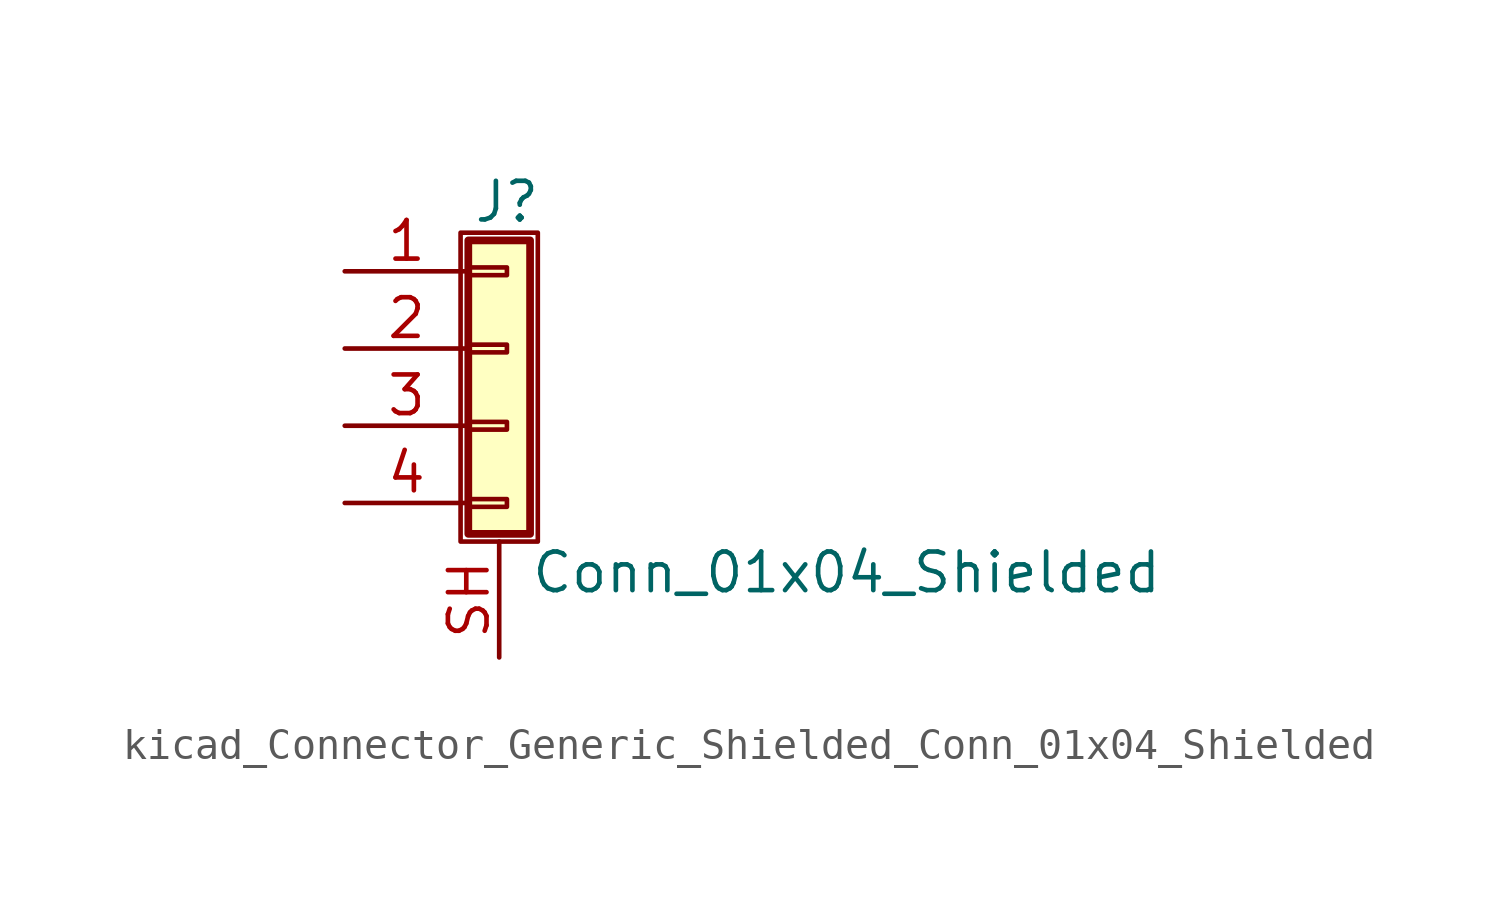
<source format=kicad_sym>
(kicad_symbol_lib
  (version 20220914)
  (generator kicad_symbol_editor)
  (symbol "kicad_Connector_Generic_Shielded_Conn_01x04_Shielded"
    (pin_names
      (offset 1.016) hide)
    (property "Reference" "J"
      (at 0.254 4.826 0)
      (effects (font (size 1.27 1.27))))
    (property "Value" "Conn_01x04_Shielded"
      (at 1.016 -7.366 0)
      (effects (font (size 1.27 1.27)) (justify left)))
    (symbol "kicad_Connector_Generic_Shielded_Conn_01x04_Shielded_1_1"
      (rectangle (start -1.27 3.81) (end 1.27 -6.35) (stroke (width 0.152) (type default)) (fill (type none)))
      (rectangle (start -1.016 -4.953) (end 0.254 -5.207) (stroke (width 0.152) (type default)) (fill (type none)))
      (rectangle (start -1.016 -2.413) (end 0.254 -2.667) (stroke (width 0.152) (type default)) (fill (type none)))
      (rectangle (start -1.016 0.127) (end 0.254 -0.127) (stroke (width 0.152) (type default)) (fill (type none)))
      (rectangle (start -1.016 2.667) (end 0.254 2.413) (stroke (width 0.152) (type default)) (fill (type none)))
      (rectangle (start -1.016 3.556) (end 1.016 -6.096) (stroke (width 0.254) (type default)) (fill (type background)))
      (pin passive line (at -5.08 2.54 0) (length 4.064) (name "Pin_1" (effects (font (size 1.27 1.27)))) (number "1" (effects (font (size 1.27 1.27)))))
      (pin passive line (at -5.08 0 0) (length 4.064) (name "Pin_2" (effects (font (size 1.27 1.27)))) (number "2" (effects (font (size 1.27 1.27)))))
      (pin passive line (at -5.08 -2.54 0) (length 4.064) (name "Pin_3" (effects (font (size 1.27 1.27)))) (number "3" (effects (font (size 1.27 1.27)))))
      (pin passive line (at -5.08 -5.08 0) (length 4.064) (name "Pin_4" (effects (font (size 1.27 1.27)))) (number "4" (effects (font (size 1.27 1.27)))))
      (pin passive line (at 0 -10.16 90) (length 3.81) (name "Shield" (effects (font (size 1.27 1.27)))) (number "SH" (effects (font (size 1.27 1.27))))))))
</source>
